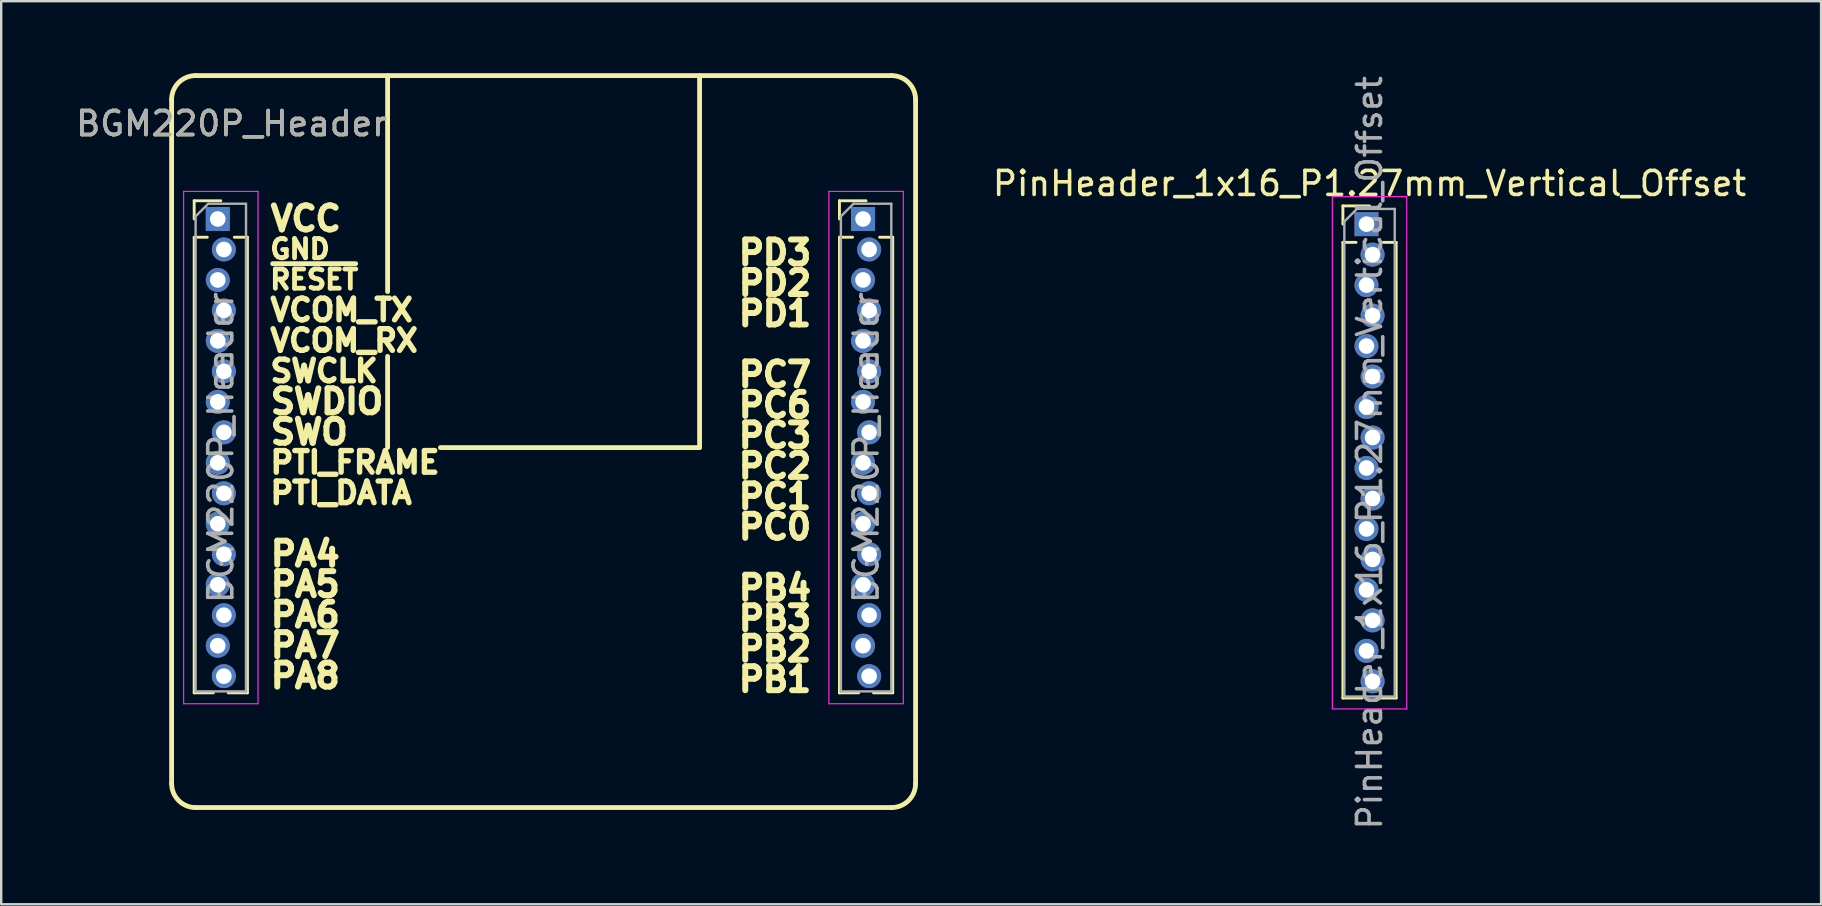
<source format=kicad_pcb>
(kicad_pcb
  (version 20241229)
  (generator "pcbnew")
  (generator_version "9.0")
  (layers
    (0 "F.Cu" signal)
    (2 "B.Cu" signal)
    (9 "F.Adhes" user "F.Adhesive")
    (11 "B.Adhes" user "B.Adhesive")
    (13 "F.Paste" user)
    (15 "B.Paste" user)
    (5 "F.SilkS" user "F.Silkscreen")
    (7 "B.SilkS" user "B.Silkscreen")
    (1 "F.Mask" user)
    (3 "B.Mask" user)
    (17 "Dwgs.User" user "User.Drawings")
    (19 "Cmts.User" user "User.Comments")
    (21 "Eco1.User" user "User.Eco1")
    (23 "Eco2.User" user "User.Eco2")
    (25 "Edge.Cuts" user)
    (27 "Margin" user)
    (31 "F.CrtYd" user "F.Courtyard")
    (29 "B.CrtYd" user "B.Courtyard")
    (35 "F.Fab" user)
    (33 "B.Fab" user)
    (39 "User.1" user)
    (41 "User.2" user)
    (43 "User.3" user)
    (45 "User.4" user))
  (footprint "BGM220P_Header"
    (layer "F.Cu")
    (at 19.601 15.6)
    (property "Reference" "BGM220P_Header" (at -13 -13.5 0) (unlocked yes) (layer "F.SilkS") (effects (font (size 1 1) (thickness 0.15))))
    (attr smd)
    (fp_line (start -15.5 14) (end -15.5 -14.5) (stroke (width 0.2) (type solid)) (layer "F.SilkS"))
    (fp_line (start -14.56 -10.285) (end -13.45 -10.285) (stroke (width 0.12) (type solid)) (layer "F.SilkS"))
    (fp_line (start -14.56 -9.525) (end -14.56 -10.285) (stroke (width 0.12) (type solid)) (layer "F.SilkS"))
    (fp_line (start -14.56 -8.765) (end -14.56 10.22) (stroke (width 0.12) (type solid)) (layer "F.SilkS"))
    (fp_line (start -14.56 -8.765) (end -14.013 -8.765) (stroke (width 0.12) (type solid)) (layer "F.SilkS"))
    (fp_line (start -14.56 10.22) (end -13.758 10.22) (stroke (width 0.12) (type solid)) (layer "F.SilkS"))
    (fp_line (start -14.5 -15.5) (end 14.5 -15.5) (stroke (width 0.2) (type solid)) (layer "F.SilkS"))
    (fp_line (start -13.142 10.22) (end -12.34 10.22) (stroke (width 0.12) (type solid)) (layer "F.SilkS"))
    (fp_line (start -12.887 -8.765) (end -12.34 -8.765) (stroke (width 0.12) (type solid)) (layer "F.SilkS"))
    (fp_line (start -12.34 -8.765) (end -12.34 10.22) (stroke (width 0.12) (type solid)) (layer "F.SilkS"))
    (fp_line (start -6.5 -6.5) (end -6.5 -15.5) (stroke (width 0.2) (type solid)) (layer "F.SilkS"))
    (fp_line (start -6.5 0) (end -6.5 -3.8) (stroke (width 0.2) (type solid)) (layer "F.SilkS"))
    (fp_line (start 6.5 -15.5) (end 6.5 0) (stroke (width 0.2) (type solid)) (layer "F.SilkS"))
    (fp_line (start 6.5 0) (end -4.3 0) (stroke (width 0.2) (type solid)) (layer "F.SilkS"))
    (fp_line (start 12.328 -10.285) (end 13.438 -10.285) (stroke (width 0.12) (type solid)) (layer "F.SilkS"))
    (fp_line (start 12.328 -9.525) (end 12.328 -10.285) (stroke (width 0.12) (type solid)) (layer "F.SilkS"))
    (fp_line (start 12.328 -8.765) (end 12.328 10.22) (stroke (width 0.12) (type solid)) (layer "F.SilkS"))
    (fp_line (start 12.328 -8.765) (end 12.875 -8.765) (stroke (width 0.12) (type solid)) (layer "F.SilkS"))
    (fp_line (start 12.328 10.22) (end 13.13 10.22) (stroke (width 0.12) (type solid)) (layer "F.SilkS"))
    (fp_line (start 13.746 10.22) (end 14.548 10.22) (stroke (width 0.12) (type solid)) (layer "F.SilkS"))
    (fp_line (start 14.001 -8.765) (end 14.548 -8.765) (stroke (width 0.12) (type solid)) (layer "F.SilkS"))
    (fp_line (start 14.5 15) (end -14.5 15) (stroke (width 0.2) (type solid)) (layer "F.SilkS"))
    (fp_line (start 14.548 -8.765) (end 14.548 10.22) (stroke (width 0.12) (type solid)) (layer "F.SilkS"))
    (fp_line (start 15.5 -14.5) (end 15.5 14) (stroke (width 0.2) (type solid)) (layer "F.SilkS"))
    (fp_arc (start -15.5 -14.5) (mid -15.207106 -15.207106) (end -14.5 -15.5) (stroke (width 0.2) (type solid)) (layer "F.SilkS"))
    (fp_arc (start -14.500004 15.000004) (mid -15.20711 14.70711) (end -15.500004 14.000004) (stroke (width 0.2) (type solid)) (layer "F.SilkS"))
    (fp_arc (start 14.5 -15.5) (mid 15.207107 -15.207107) (end 15.5 -14.5) (stroke (width 0.2) (type solid)) (layer "F.SilkS"))
    (fp_arc (start 15.5 14) (mid 15.207107 14.707107) (end 14.5 15) (stroke (width 0.2) (type solid)) (layer "F.SilkS"))
    (fp_line (start -15 -10.675) (end -15 10.675) (stroke (width 0.05) (type solid)) (layer "F.CrtYd"))
    (fp_line (start -15 10.675) (end -11.9 10.675) (stroke (width 0.05) (type solid)) (layer "F.CrtYd"))
    (fp_line (start -11.9 -10.675) (end -15 -10.675) (stroke (width 0.05) (type solid)) (layer "F.CrtYd"))
    (fp_line (start -11.9 10.675) (end -11.9 -10.675) (stroke (width 0.05) (type solid)) (layer "F.CrtYd"))
    (fp_line (start 11.888 -10.675) (end 11.888 10.675) (stroke (width 0.05) (type solid)) (layer "F.CrtYd"))
    (fp_line (start 11.888 10.675) (end 14.988 10.675) (stroke (width 0.05) (type solid)) (layer "F.CrtYd"))
    (fp_line (start 14.988 -10.675) (end 11.888 -10.675) (stroke (width 0.05) (type solid)) (layer "F.CrtYd"))
    (fp_line (start 14.988 10.675) (end 14.988 -10.675) (stroke (width 0.05) (type solid)) (layer "F.CrtYd"))
    (fp_line (start -14.5 -9.635) (end -13.975 -10.16) (stroke (width 0.1) (type solid)) (layer "F.Fab"))
    (fp_line (start -14.5 10.16) (end -14.5 -9.635) (stroke (width 0.1) (type solid)) (layer "F.Fab"))
    (fp_line (start -13.975 -10.16) (end -12.4 -10.16) (stroke (width 0.1) (type solid)) (layer "F.Fab"))
    (fp_line (start -12.4 -10.16) (end -12.4 10.16) (stroke (width 0.1) (type solid)) (layer "F.Fab"))
    (fp_line (start -12.4 10.16) (end -14.5 10.16) (stroke (width 0.1) (type solid)) (layer "F.Fab"))
    (fp_line (start 12.388 -9.635) (end 12.913 -10.16) (stroke (width 0.1) (type solid)) (layer "F.Fab"))
    (fp_line (start 12.388 10.16) (end 12.388 -9.635) (stroke (width 0.1) (type solid)) (layer "F.Fab"))
    (fp_line (start 12.913 -10.16) (end 14.488 -10.16) (stroke (width 0.1) (type solid)) (layer "F.Fab"))
    (fp_line (start 14.488 -10.16) (end 14.488 10.16) (stroke (width 0.1) (type solid)) (layer "F.Fab"))
    (fp_line (start 14.488 10.16) (end 12.388 10.16) (stroke (width 0.1) (type solid)) (layer "F.Fab"))
    (fp_text user "PTI_DATA" (at -11.5 1.89 0) (unlocked yes) (layer "F.SilkS") (effects (font (size 0.9 0.9) (thickness 0.225)) (justify left)))
    (fp_text user "PD1" (at 8 -5.58 0) (unlocked yes) (layer "F.SilkS") (effects (font (size 1 1) (thickness 0.25)) (justify left)))
    (fp_text user "VCOM_TX" (at -11.5 -5.73 0) (unlocked yes) (layer "F.SilkS") (effects (font (size 0.9 0.9) (thickness 0.225)) (justify left)))
    (fp_text user "PC6" (at 8 -1.77 0) (unlocked yes) (layer "F.SilkS") (effects (font (size 1 1) (thickness 0.25)) (justify left)))
    (fp_text user "PC0" (at 8 3.31 0) (unlocked yes) (layer "F.SilkS") (effects (font (size 1 1) (thickness 0.25)) (justify left)))
    (fp_text user "PA5" (at -11.5 5.7 0) (unlocked yes) (layer "F.SilkS") (effects (font (size 1 1) (thickness 0.25)) (justify left)))
    (fp_text user "PC3" (at 8 -0.5 0) (unlocked yes) (layer "F.SilkS") (effects (font (size 1 1) (thickness 0.25)) (justify left)))
    (fp_text user "SWCLK" (at -11.5 -3.19 0) (unlocked yes) (layer "F.SilkS") (effects (font (size 0.9 0.9) (thickness 0.225)) (justify left)))
    (fp_text user "VCC" (at -11.5 -9.54 0) (unlocked yes) (layer "F.SilkS") (effects (font (size 1 1) (thickness 0.25)) (justify left)))
    (fp_text user "SWO" (at -11.5 -0.65 0) (unlocked yes) (layer "F.SilkS") (effects (font (size 1 1) (thickness 0.25)) (justify left)))
    (fp_text user "PA6" (at -11.5 6.97 0) (unlocked yes) (layer "F.SilkS") (effects (font (size 1 1) (thickness 0.25)) (justify left)))
    (fp_text user "PB1" (at 8 9.66 0) (unlocked yes) (layer "F.SilkS") (effects (font (size 1 1) (thickness 0.25)) (justify left)))
    (fp_text user "~{RESET}" (at -11.5 -7 0) (unlocked yes) (layer "F.SilkS") (effects (font (size 0.8 0.8) (thickness 0.2)) (justify left)))
    (fp_text user "PC2" (at 8 0.77 0) (unlocked yes) (layer "F.SilkS") (effects (font (size 1 1) (thickness 0.25)) (justify left)))
    (fp_text user "PD2" (at 8 -6.85 0) (unlocked yes) (layer "F.SilkS") (effects (font (size 1 1) (thickness 0.25)) (justify left)))
    (fp_text user "GND" (at -11.5 -8.27 0) (unlocked yes) (layer "F.SilkS") (effects (font (size 0.8 0.8) (thickness 0.2)) (justify left)))
    (fp_text user "VCOM_RX" (at -11.506 -4.457 0) (unlocked yes) (layer "F.SilkS") (effects (font (size 0.9 0.9) (thickness 0.225)) (justify left)))
    (fp_text user "PTI_FRAME" (at -11.5 0.62 0) (unlocked yes) (layer "F.SilkS") (effects (font (size 0.9 0.9) (thickness 0.225)) (justify left)))
    (fp_text user "PB4" (at 8 5.85 0) (unlocked yes) (layer "F.SilkS") (effects (font (size 1 1) (thickness 0.25)) (justify left)))
    (fp_text user "PC1" (at 8 2.04 0) (unlocked yes) (layer "F.SilkS") (effects (font (size 1 1) (thickness 0.25)) (justify left)))
    (fp_text user "PA4" (at -11.5 4.43 0) (unlocked yes) (layer "F.SilkS") (effects (font (size 1 1) (thickness 0.25)) (justify left)))
    (fp_text user "PD3" (at 8 -8.12 0) (unlocked yes) (layer "F.SilkS") (effects (font (size 1 1) (thickness 0.25)) (justify left)))
    (fp_text user "PB3" (at 8 7.12 0) (unlocked yes) (layer "F.SilkS") (effects (font (size 1 1) (thickness 0.25)) (justify left)))
    (fp_text user "PA7" (at -11.5 8.24 0) (unlocked yes) (layer "F.SilkS") (effects (font (size 1 1) (thickness 0.25)) (justify left)))
    (fp_text user "SWDIO" (at -11.5 -1.92 0) (unlocked yes) (layer "F.SilkS") (effects (font (size 1 1) (thickness 0.25)) (justify left)))
    (fp_text user "PB2" (at 8 8.39 0) (unlocked yes) (layer "F.SilkS") (effects (font (size 1 1) (thickness 0.25)) (justify left)))
    (fp_text user "PA8" (at -11.5 9.51 0) (unlocked yes) (layer "F.SilkS") (effects (font (size 1 1) (thickness 0.25)) (justify left)))
    (fp_text user "PC7" (at 8 -3.04 0) (unlocked yes) (layer "F.SilkS") (effects (font (size 1 1) (thickness 0.25)) (justify left)))
    (fp_text user "${REFERENCE}" (at 13.438 0 90) (layer "F.Fab") (effects (font (size 1 1) (thickness 0.15))))
    (fp_text user "${REFERENCE}" (at -13.45 0 90) (layer "F.Fab") (effects (font (size 1 1) (thickness 0.15))))
    (fp_text user "${REFERENCE}" (at -13 -13.5 0) (unlocked yes) (layer "F.Fab") (effects (font (size 1 1) (thickness 0.15))))
    (pad "1" thru_hole rect (at -13.577 -9.525) (size 1 1) (drill 0.65) (layers "*.Cu" "*.Mask"))
    (pad "1" thru_hole rect (at 13.311 -9.525) (size 1 1) (drill 0.65) (layers "*.Cu" "*.Mask"))
    (pad "2" thru_hole oval (at -13.323 -8.255) (size 1 1) (drill 0.65) (layers "*.Cu" "*.Mask"))
    (pad "2" thru_hole oval (at 13.565 -8.255) (size 1 1) (drill 0.65) (layers "*.Cu" "*.Mask"))
    (pad "3" thru_hole oval (at -13.577 -6.985) (size 1 1) (drill 0.65) (layers "*.Cu" "*.Mask"))
    (pad "3" thru_hole oval (at 13.311 -6.985) (size 1 1) (drill 0.65) (layers "*.Cu" "*.Mask"))
    (pad "4" thru_hole oval (at -13.323 -5.715) (size 1 1) (drill 0.65) (layers "*.Cu" "*.Mask"))
    (pad "4" thru_hole oval (at 13.565 -5.715) (size 1 1) (drill 0.65) (layers "*.Cu" "*.Mask"))
    (pad "5" thru_hole oval (at -13.577 -4.445) (size 1 1) (drill 0.65) (layers "*.Cu" "*.Mask"))
    (pad "5" thru_hole oval (at 13.311 -4.445) (size 1 1) (drill 0.65) (layers "*.Cu" "*.Mask"))
    (pad "6" thru_hole oval (at -13.323 -3.175) (size 1 1) (drill 0.65) (layers "*.Cu" "*.Mask"))
    (pad "6" thru_hole oval (at 13.565 -3.175) (size 1 1) (drill 0.65) (layers "*.Cu" "*.Mask"))
    (pad "7" thru_hole oval (at -13.577 -1.905) (size 1 1) (drill 0.65) (layers "*.Cu" "*.Mask"))
    (pad "7" thru_hole oval (at 13.311 -1.905) (size 1 1) (drill 0.65) (layers "*.Cu" "*.Mask"))
    (pad "8" thru_hole oval (at -13.323 -0.635) (size 1 1) (drill 0.65) (layers "*.Cu" "*.Mask"))
    (pad "8" thru_hole oval (at 13.565 -0.635) (size 1 1) (drill 0.65) (layers "*.Cu" "*.Mask"))
    (pad "9" thru_hole oval (at -13.577 0.635) (size 1 1) (drill 0.65) (layers "*.Cu" "*.Mask"))
    (pad "9" thru_hole oval (at 13.311 0.635) (size 1 1) (drill 0.65) (layers "*.Cu" "*.Mask"))
    (pad "10" thru_hole oval (at -13.323 1.905) (size 1 1) (drill 0.65) (layers "*.Cu" "*.Mask"))
    (pad "10" thru_hole oval (at 13.565 1.905) (size 1 1) (drill 0.65) (layers "*.Cu" "*.Mask"))
    (pad "11" thru_hole oval (at -13.577 3.175) (size 1 1) (drill 0.65) (layers "*.Cu" "*.Mask"))
    (pad "11" thru_hole oval (at 13.311 3.175) (size 1 1) (drill 0.65) (layers "*.Cu" "*.Mask"))
    (pad "12" thru_hole oval (at -13.323 4.445) (size 1 1) (drill 0.65) (layers "*.Cu" "*.Mask"))
    (pad "12" thru_hole oval (at 13.565 4.445) (size 1 1) (drill 0.65) (layers "*.Cu" "*.Mask"))
    (pad "13" thru_hole oval (at -13.577 5.715) (size 1 1) (drill 0.65) (layers "*.Cu" "*.Mask"))
    (pad "13" thru_hole oval (at 13.311 5.715) (size 1 1) (drill 0.65) (layers "*.Cu" "*.Mask"))
    (pad "14" thru_hole oval (at -13.323 6.985) (size 1 1) (drill 0.65) (layers "*.Cu" "*.Mask"))
    (pad "14" thru_hole oval (at 13.565 6.985) (size 1 1) (drill 0.65) (layers "*.Cu" "*.Mask"))
    (pad "15" thru_hole oval (at -13.577 8.255) (size 1 1) (drill 0.65) (layers "*.Cu" "*.Mask"))
    (pad "15" thru_hole oval (at 13.311 8.255) (size 1 1) (drill 0.65) (layers "*.Cu" "*.Mask"))
    (pad "16" thru_hole oval (at -13.323 9.525) (size 1 1) (drill 0.65) (layers "*.Cu" "*.Mask"))
    (pad "16" thru_hole oval (at 13.565 9.525) (size 1 1) (drill 0.65) (layers "*.Cu" "*.Mask")))
  (footprint "PinHeader_1x16_P1.27mm_Vertical_Offset"
    (layer "F.Cu")
    (at 54.017 15.815)
    (property "Reference" "PinHeader_1x16_P1.27mm_Vertical_Offset" (at 0 -11.22 0) (layer "F.SilkS") (effects (font (size 1 1) (thickness 0.15))))
    (attr through_hole)
    (fp_line (start -1.11 -10.285) (end 0 -10.285) (stroke (width 0.12) (type solid)) (layer "F.SilkS"))
    (fp_line (start -1.11 -9.525) (end -1.11 -10.285) (stroke (width 0.12) (type solid)) (layer "F.SilkS"))
    (fp_line (start -1.11 -8.765) (end -1.11 10.22) (stroke (width 0.12) (type solid)) (layer "F.SilkS"))
    (fp_line (start -1.11 -8.765) (end -0.563 -8.765) (stroke (width 0.12) (type solid)) (layer "F.SilkS"))
    (fp_line (start -1.11 10.22) (end -0.308 10.22) (stroke (width 0.12) (type solid)) (layer "F.SilkS"))
    (fp_line (start 0.308 10.22) (end 1.11 10.22) (stroke (width 0.12) (type solid)) (layer "F.SilkS"))
    (fp_line (start 0.563 -8.765) (end 1.11 -8.765) (stroke (width 0.12) (type solid)) (layer "F.SilkS"))
    (fp_line (start 1.11 -8.765) (end 1.11 10.22) (stroke (width 0.12) (type solid)) (layer "F.SilkS"))
    (fp_line (start -1.55 -10.675) (end -1.55 10.675) (stroke (width 0.05) (type solid)) (layer "F.CrtYd"))
    (fp_line (start -1.55 10.675) (end 1.55 10.675) (stroke (width 0.05) (type solid)) (layer "F.CrtYd"))
    (fp_line (start 1.55 -10.675) (end -1.55 -10.675) (stroke (width 0.05) (type solid)) (layer "F.CrtYd"))
    (fp_line (start 1.55 10.675) (end 1.55 -10.675) (stroke (width 0.05) (type solid)) (layer "F.CrtYd"))
    (fp_line (start -1.05 -9.635) (end -0.525 -10.16) (stroke (width 0.1) (type solid)) (layer "F.Fab"))
    (fp_line (start -1.05 10.16) (end -1.05 -9.635) (stroke (width 0.1) (type solid)) (layer "F.Fab"))
    (fp_line (start -0.525 -10.16) (end 1.05 -10.16) (stroke (width 0.1) (type solid)) (layer "F.Fab"))
    (fp_line (start 1.05 -10.16) (end 1.05 10.16) (stroke (width 0.1) (type solid)) (layer "F.Fab"))
    (fp_line (start 1.05 10.16) (end -1.05 10.16) (stroke (width 0.1) (type solid)) (layer "F.Fab"))
    (fp_text user "${REFERENCE}" (at 0 0 90) (layer "F.Fab") (effects (font (size 1 1) (thickness 0.15))))
    (pad "1" thru_hole rect (at -0.127 -9.525) (size 1 1) (drill 0.65) (layers "*.Cu" "*.Mask"))
    (pad "2" thru_hole oval (at 0.127 -8.255) (size 1 1) (drill 0.65) (layers "*.Cu" "*.Mask"))
    (pad "3" thru_hole oval (at -0.127 -6.985) (size 1 1) (drill 0.65) (layers "*.Cu" "*.Mask"))
    (pad "4" thru_hole oval (at 0.127 -5.715) (size 1 1) (drill 0.65) (layers "*.Cu" "*.Mask"))
    (pad "5" thru_hole oval (at -0.127 -4.445) (size 1 1) (drill 0.65) (layers "*.Cu" "*.Mask"))
    (pad "6" thru_hole oval (at 0.127 -3.175) (size 1 1) (drill 0.65) (layers "*.Cu" "*.Mask"))
    (pad "7" thru_hole oval (at -0.127 -1.905) (size 1 1) (drill 0.65) (layers "*.Cu" "*.Mask"))
    (pad "8" thru_hole oval (at 0.127 -0.635) (size 1 1) (drill 0.65) (layers "*.Cu" "*.Mask"))
    (pad "9" thru_hole oval (at -0.127 0.635) (size 1 1) (drill 0.65) (layers "*.Cu" "*.Mask"))
    (pad "10" thru_hole oval (at 0.127 1.905) (size 1 1) (drill 0.65) (layers "*.Cu" "*.Mask"))
    (pad "11" thru_hole oval (at -0.127 3.175) (size 1 1) (drill 0.65) (layers "*.Cu" "*.Mask"))
    (pad "12" thru_hole oval (at 0.127 4.445) (size 1 1) (drill 0.65) (layers "*.Cu" "*.Mask"))
    (pad "13" thru_hole oval (at -0.127 5.715) (size 1 1) (drill 0.65) (layers "*.Cu" "*.Mask"))
    (pad "14" thru_hole oval (at 0.127 6.985) (size 1 1) (drill 0.65) (layers "*.Cu" "*.Mask"))
    (pad "15" thru_hole oval (at -0.127 8.255) (size 1 1) (drill 0.65) (layers "*.Cu" "*.Mask"))
    (pad "16" thru_hole oval (at 0.127 9.525) (size 1 1) (drill 0.65) (layers "*.Cu" "*.Mask")))
  (gr_rect
    (start -3 -3)
    (end 72.832 34.631)
    (stroke (width 0.1) (type default))
    (fill no)
    (layer "Edge.Cuts")))
</source>
